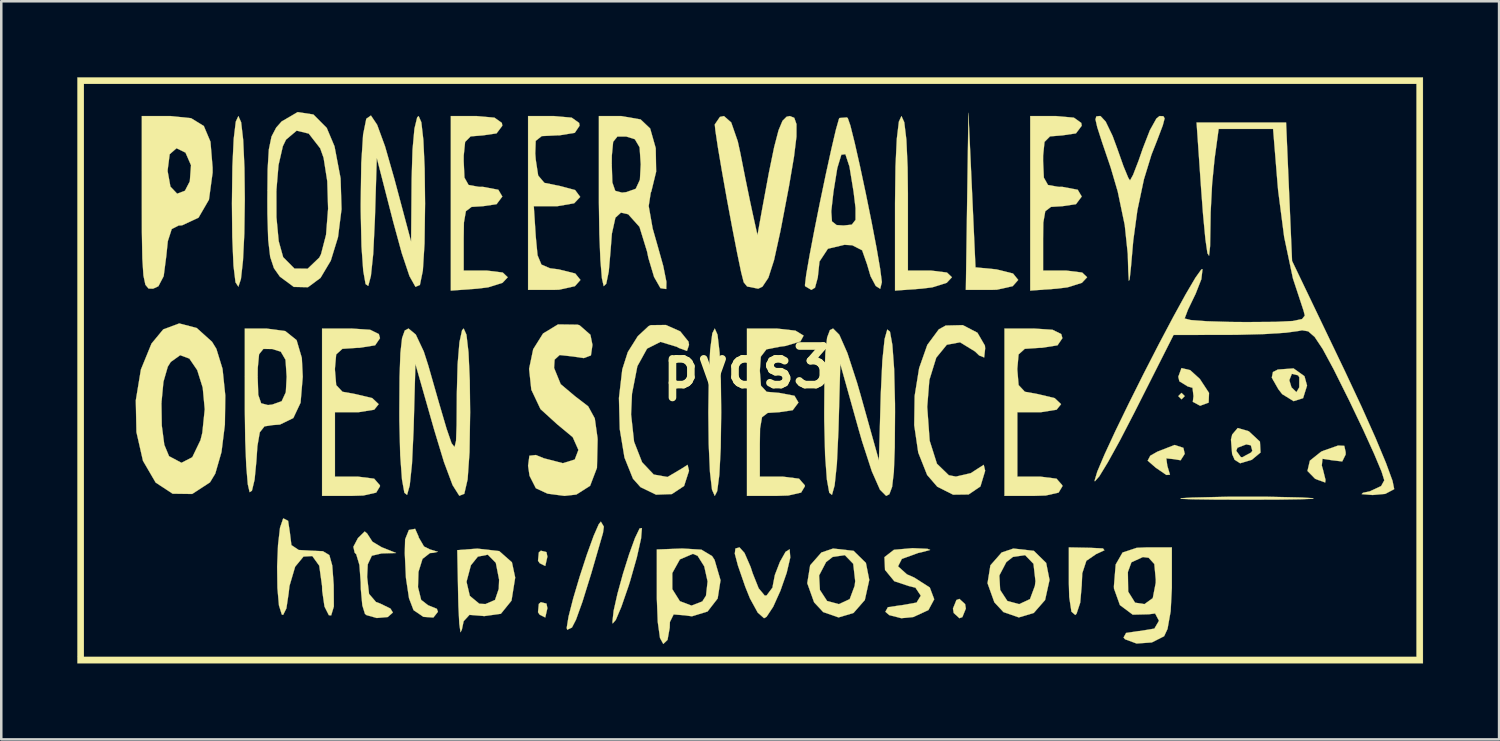
<source format=kicad_pcb>
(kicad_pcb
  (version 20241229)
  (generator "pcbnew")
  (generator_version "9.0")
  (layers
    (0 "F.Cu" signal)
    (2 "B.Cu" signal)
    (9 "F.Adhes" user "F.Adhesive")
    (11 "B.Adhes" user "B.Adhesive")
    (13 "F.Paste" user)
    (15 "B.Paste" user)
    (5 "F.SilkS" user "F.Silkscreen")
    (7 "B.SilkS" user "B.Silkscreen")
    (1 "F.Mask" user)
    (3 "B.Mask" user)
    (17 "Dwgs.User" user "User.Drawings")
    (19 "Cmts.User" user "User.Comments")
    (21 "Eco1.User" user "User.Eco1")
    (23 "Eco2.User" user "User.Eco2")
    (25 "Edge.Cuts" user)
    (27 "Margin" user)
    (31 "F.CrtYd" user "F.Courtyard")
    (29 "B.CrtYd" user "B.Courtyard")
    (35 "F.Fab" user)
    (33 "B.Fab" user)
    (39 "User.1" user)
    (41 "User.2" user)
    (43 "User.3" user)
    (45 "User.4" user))
  (footprint "pvos3"
    (layer "F.Cu")
    (at 26.421 11.435)
    (property "Reference" "pvos3" (at 0 0 0) (layer "F.SilkS") (effects (font (size 1.524 1.524) (thickness 0.3))))
    (attr through_hole)
    (fp_poly (pts (xy 17.272 1.143) (xy 17.145 1.27) (xy 17.018 1.143) (xy 17.145 1.016) (xy 17.272 1.143)) (stroke (width 0.01) (type solid)) (fill yes) (layer "F.SilkS"))
    (fp_poly (pts (xy -7.911 7.297) (xy -7.874 7.478) (xy -7.958 7.845) (xy -8.178 7.735) (xy -8.244 7.638) (xy -8.212 7.311) (xy -8.132 7.242) (xy -7.911 7.297)) (stroke (width 0.01) (type solid)) (fill yes) (layer "F.SilkS"))
    (fp_poly (pts (xy -7.911 9.329) (xy -7.874 9.51) (xy -7.958 9.877) (xy -8.178 9.767) (xy -8.244 9.67) (xy -8.212 9.343) (xy -8.132 9.274) (xy -7.911 9.329)) (stroke (width 0.01) (type solid)) (fill yes) (layer "F.SilkS"))
    (fp_poly (pts (xy 8.607 9.35) (xy 8.636 9.525) (xy 8.499 9.863) (xy 8.382 9.906) (xy 8.157 9.7) (xy 8.128 9.525) (xy 8.265 9.187) (xy 8.382 9.144) (xy 8.607 9.35)) (stroke (width 0.01) (type solid)) (fill yes) (layer "F.SilkS"))
    (fp_poly (pts (xy 8.878 -6.985) (xy 9.017 -3.937) (xy 9.842 -3.857) (xy 10.497 -3.694) (xy 10.703 -3.44) (xy 10.484 -3.194) (xy 9.863 -3.055) (xy 9.652 -3.048) (xy 8.636 -3.048) (xy 8.687 -6.54) (xy 8.738 -10.033) (xy 8.878 -6.985)) (stroke (width 0.01) (type solid)) (fill yes) (layer "F.SilkS"))
    (fp_poly (pts (xy 26.67 11.684) (xy -26.416 11.684) (xy -26.416 -11.176) (xy -26.162 -11.176) (xy -26.162 11.43) (xy 26.416 11.43) (xy 26.416 -11.176) (xy -26.162 -11.176) (xy -26.416 -11.176) (xy -26.416 -11.43) (xy 26.67 -11.43) (xy 26.67 11.684)) (stroke (width 0.01) (type solid)) (fill yes) (layer "F.SilkS"))
    (fp_poly (pts (xy 17.489 0.12) (xy 17.868 0.465) (xy 18.231 1.018) (xy 18.216 1.399) (xy 17.88 1.524) (xy 17.591 1.368) (xy 17.618 1.143) (xy 17.579 0.815) (xy 17.391 0.762) (xy 17.061 0.559) (xy 17.018 0.381) (xy 17.144 0.037) (xy 17.489 0.12)) (stroke (width 0.01) (type solid)) (fill yes) (layer "F.SilkS"))
    (fp_poly (pts (xy 17.219 3.184) (xy 17.272 3.421) (xy 17.111 3.675) (xy 16.847 3.631) (xy 16.545 3.599) (xy 16.585 3.893) (xy 16.69 4.245) (xy 16.549 4.255) (xy 16.132 3.97) (xy 15.81 3.691) (xy 15.912 3.496) (xy 16.194 3.335) (xy 16.872 3.071) (xy 17.219 3.184)) (stroke (width 0.01) (type solid)) (fill yes) (layer "F.SilkS"))
    (fp_poly (pts (xy 13.525 7.128) (xy 14.047 7.153) (xy 14.103 7.226) (xy 13.78 7.374) (xy 13.391 7.641) (xy 13.229 8.134) (xy 13.208 8.613) (xy 13.149 9.292) (xy 13.004 9.729) (xy 12.954 9.779) (xy 12.802 9.648) (xy 12.715 9.071) (xy 12.7 8.524) (xy 12.7 7.112) (xy 13.525 7.128)) (stroke (width 0.01) (type solid)) (fill yes) (layer "F.SilkS"))
    (fp_poly (pts (xy -5.646 6.294) (xy -5.68 6.54) (xy -6.14 8.128) (xy -6.491 9.257) (xy -6.745 9.964) (xy -6.905 10.274) (xy -7.092 10.362) (xy -7.112 10.289) (xy -7.04 9.845) (xy -6.855 9.124) (xy -6.599 8.262) (xy -6.316 7.396) (xy -6.05 6.661) (xy -5.845 6.193) (xy -5.764 6.096) (xy -5.646 6.294)) (stroke (width 0.01) (type solid)) (fill yes) (layer "F.SilkS"))
    (fp_poly (pts (xy -4.178 6.762) (xy -4.345 7.508) (xy -4.61 8.44) (xy -4.672 8.636) (xy -4.955 9.454) (xy -5.175 9.973) (xy -5.296 10.114) (xy -5.309 10.06) (xy -5.26 9.613) (xy -5.108 8.937) (xy -4.892 8.152) (xy -4.649 7.381) (xy -4.418 6.744) (xy -4.236 6.364) (xy -4.144 6.35) (xy -4.178 6.762)) (stroke (width 0.01) (type solid)) (fill yes) (layer "F.SilkS"))
    (fp_poly (pts (xy -19.957 -9.661) (xy -19.876 -8.961) (xy -19.826 -7.86) (xy -19.812 -6.619) (xy -19.831 -5.28) (xy -19.884 -4.205) (xy -19.965 -3.476) (xy -20.066 -3.175) (xy -20.179 -3.346) (xy -20.259 -4.005) (xy -20.307 -5.133) (xy -20.32 -6.462) (xy -20.302 -7.914) (xy -20.25 -9.006) (xy -20.168 -9.686) (xy -20.066 -9.906) (xy -19.957 -9.661)) (stroke (width 0.01) (type solid)) (fill yes) (layer "F.SilkS"))
    (fp_poly (pts (xy -1.161 -1.279) (xy -1.08 -0.579) (xy -1.03 0.524) (xy -1.016 1.778) (xy -1.035 3.19) (xy -1.089 4.245) (xy -1.174 4.892) (xy -1.27 5.08) (xy -1.379 4.835) (xy -1.46 4.135) (xy -1.51 3.032) (xy -1.524 1.778) (xy -1.505 0.366) (xy -1.451 -0.689) (xy -1.366 -1.336) (xy -1.27 -1.524) (xy -1.161 -1.279)) (stroke (width 0.01) (type solid)) (fill yes) (layer "F.SilkS"))
    (fp_poly (pts (xy 21.839 5.142) (xy 21.92 5.145) (xy 22.354 5.172) (xy 22.316 5.195) (xy 21.844 5.213) (xy 20.974 5.226) (xy 19.743 5.23) (xy 19.685 5.23) (xy 18.451 5.226) (xy 17.587 5.214) (xy 17.129 5.196) (xy 17.108 5.173) (xy 17.56 5.146) (xy 17.602 5.145) (xy 18.977 5.114) (xy 20.494 5.113) (xy 21.839 5.142)) (stroke (width 0.01) (type solid)) (fill yes) (layer "F.SilkS"))
    (fp_poly (pts (xy 6.207 -9.662) (xy 6.29 -8.969) (xy 6.339 -7.884) (xy 6.35 -6.858) (xy 6.35 -3.81) (xy 7.26 -3.81) (xy 7.892 -3.732) (xy 8.087 -3.546) (xy 7.881 -3.326) (xy 7.313 -3.148) (xy 6.902 -3.097) (xy 5.842 -3.019) (xy 5.842 -6.462) (xy 5.86 -7.915) (xy 5.912 -9.006) (xy 5.994 -9.686) (xy 6.096 -9.906) (xy 6.207 -9.662)) (stroke (width 0.01) (type solid)) (fill yes) (layer "F.SilkS"))
    (fp_poly (pts (xy 23.567 3.105) (xy 23.621 3.352) (xy 23.622 3.446) (xy 23.486 3.721) (xy 23.089 3.675) (xy 22.707 3.616) (xy 22.68 3.883) (xy 22.725 4.039) (xy 22.827 4.449) (xy 22.814 4.552) (xy 22.539 4.453) (xy 22.416 4.404) (xy 22.114 4.096) (xy 22.21 3.69) (xy 22.657 3.334) (xy 22.75 3.296) (xy 23.323 3.094) (xy 23.567 3.105)) (stroke (width 0.01) (type solid)) (fill yes) (layer "F.SilkS"))
    (fp_poly (pts (xy 21.996 0.357) (xy 22.098 0.727) (xy 21.942 1.224) (xy 21.569 1.343) (xy 21.118 1.066) (xy 20.965 0.869) (xy 20.764 0.515) (xy 21.398 0.515) (xy 21.484 0.796) (xy 21.679 0.988) (xy 21.79 0.797) (xy 21.792 0.401) (xy 21.743 0.323) (xy 21.499 0.264) (xy 21.398 0.515) (xy 20.764 0.515) (xy 20.707 0.413) (xy 20.753 0.193) (xy 20.946 0.095) (xy 21.565 0.05) (xy 21.996 0.357)) (stroke (width 0.01) (type solid)) (fill yes) (layer "F.SilkS"))
    (fp_poly (pts (xy 19.78 2.523) (xy 19.808 2.538) (xy 20.24 2.94) (xy 20.263 3.369) (xy 19.918 3.656) (xy 19.459 3.793) (xy 19.242 3.657) (xy 19.142 3.429) (xy 19.132 3.302) (xy 19.304 3.302) (xy 19.486 3.549) (xy 19.543 3.556) (xy 19.887 3.371) (xy 19.939 3.302) (xy 19.881 3.085) (xy 19.7 3.048) (xy 19.352 3.181) (xy 19.304 3.302) (xy 19.132 3.302) (xy 19.096 2.858) (xy 19.146 2.656) (xy 19.363 2.402) (xy 19.78 2.523)) (stroke (width 0.01) (type solid)) (fill yes) (layer "F.SilkS"))
    (fp_poly (pts (xy -12.954 6.69) (xy -12.954 6.712) (xy -12.743 7.075) (xy -12.509 7.191) (xy -12.196 7.287) (xy -12.377 7.327) (xy -12.509 7.337) (xy -12.801 7.565) (xy -12.96 8.077) (xy -12.979 8.68) (xy -12.854 9.184) (xy -12.577 9.398) (xy -12.573 9.398) (xy -12.235 9.535) (xy -12.192 9.652) (xy -12.372 9.879) (xy -12.765 9.853) (xy -13.153 9.589) (xy -13.154 9.588) (xy -13.333 9.121) (xy -13.455 8.314) (xy -13.501 7.338) (xy -13.487 6.795) (xy -13.339 6.425) (xy -13.092 6.379) (xy -12.954 6.69)) (stroke (width 0.01) (type solid)) (fill yes) (layer "F.SilkS"))
    (fp_poly (pts (xy -14.986 6.564) (xy -14.777 6.887) (xy -14.415 7.104) (xy -13.843 7.334) (xy -14.415 7.35) (xy -14.801 7.441) (xy -14.961 7.781) (xy -14.986 8.279) (xy -14.91 8.947) (xy -14.636 9.267) (xy -14.478 9.324) (xy -14.066 9.525) (xy -13.97 9.682) (xy -14.173 9.86) (xy -14.606 9.898) (xy -15.011 9.784) (xy -15.071 9.737) (xy -15.176 9.398) (xy -15.235 8.752) (xy -15.24 8.488) (xy -15.29 7.806) (xy -15.417 7.38) (xy -15.476 7.324) (xy -15.529 7.089) (xy -15.349 6.746) (xy -15.081 6.484) (xy -14.986 6.564)) (stroke (width 0.01) (type solid)) (fill yes) (layer "F.SilkS"))
    (fp_poly (pts (xy -0.097 7.331) (xy 0.143 7.881) (xy 0.226 8.135) (xy 0.463 8.728) (xy 0.699 9.012) (xy 0.774 9.009) (xy 1.009 8.696) (xy 1.016 8.638) (xy 1.101 8.199) (xy 1.299 7.686) (xy 1.523 7.287) (xy 1.684 7.187) (xy 1.709 7.512) (xy 1.568 8.113) (xy 1.322 8.817) (xy 1.036 9.453) (xy 0.774 9.85) (xy 0.674 9.906) (xy 0.426 9.687) (xy 0.118 9.125) (xy -0.067 8.665) (xy -0.356 7.828) (xy -0.48 7.36) (xy -0.455 7.157) (xy -0.297 7.112) (xy -0.294 7.112) (xy -0.097 7.331)) (stroke (width 0.01) (type solid)) (fill yes) (layer "F.SilkS"))
    (fp_poly (pts (xy 4.207 7.248) (xy 4.693 7.725) (xy 4.826 8.395) (xy 4.65 9.189) (xy 4.204 9.699) (xy 3.615 9.875) (xy 3.007 9.664) (xy 2.649 9.279) (xy 2.379 8.524) (xy 2.429 8.219) (xy 2.846 8.219) (xy 2.878 8.791) (xy 3.162 9.226) (xy 3.628 9.351) (xy 4.054 9.153) (xy 4.248 8.631) (xy 4.271 8.444) (xy 4.192 7.758) (xy 3.863 7.418) (xy 3.382 7.488) (xy 3.122 7.691) (xy 2.846 8.219) (xy 2.429 8.219) (xy 2.493 7.819) (xy 2.938 7.313) (xy 3.4 7.157) (xy 4.207 7.248)) (stroke (width 0.01) (type solid)) (fill yes) (layer "F.SilkS"))
    (fp_poly (pts (xy 11.319 7.248) (xy 11.805 7.725) (xy 11.938 8.395) (xy 11.762 9.189) (xy 11.316 9.699) (xy 10.727 9.875) (xy 10.119 9.664) (xy 9.761 9.279) (xy 9.491 8.524) (xy 9.541 8.219) (xy 9.958 8.219) (xy 9.99 8.791) (xy 10.274 9.226) (xy 10.74 9.351) (xy 11.166 9.153) (xy 11.36 8.631) (xy 11.383 8.444) (xy 11.304 7.758) (xy 10.975 7.418) (xy 10.494 7.488) (xy 10.234 7.691) (xy 9.958 8.219) (xy 9.541 8.219) (xy 9.605 7.819) (xy 10.05 7.313) (xy 10.512 7.157) (xy 11.319 7.248)) (stroke (width 0.01) (type solid)) (fill yes) (layer "F.SilkS"))
    (fp_poly (pts (xy 7.119 7.168) (xy 7.23 7.212) (xy 6.896 7.301) (xy 6.752 7.333) (xy 6.11 7.567) (xy 5.961 7.86) (xy 6.311 8.175) (xy 6.602 8.303) (xy 7.214 8.695) (xy 7.388 9.159) (xy 7.16 9.585) (xy 6.565 9.859) (xy 6.09 9.906) (xy 5.613 9.784) (xy 5.461 9.652) (xy 5.56 9.472) (xy 6.054 9.398) (xy 6.081 9.398) (xy 6.692 9.289) (xy 6.858 9.017) (xy 6.648 8.702) (xy 6.381 8.636) (xy 5.814 8.447) (xy 5.447 8.001) (xy 5.425 7.496) (xy 5.799 7.207) (xy 6.533 7.142) (xy 7.119 7.168)) (stroke (width 0.01) (type solid)) (fill yes) (layer "F.SilkS"))
    (fp_poly (pts (xy -14.868 -1.474) (xy -14.524 -1.305) (xy -14.478 -1.143) (xy -14.671 -0.861) (xy -15.286 -0.763) (xy -15.367 -0.762) (xy -15.963 -0.722) (xy -16.207 -0.501) (xy -16.256 0.053) (xy -16.256 0.111) (xy -16.206 0.708) (xy -15.96 0.971) (xy -15.45 1.063) (xy -14.784 1.222) (xy -14.531 1.461) (xy -14.706 1.679) (xy -15.323 1.778) (xy -15.346 1.778) (xy -16.256 1.778) (xy -16.256 4.318) (xy -15.367 4.318) (xy -14.709 4.401) (xy -14.48 4.664) (xy -14.478 4.699) (xy -14.628 4.95) (xy -15.136 5.065) (xy -15.621 5.08) (xy -16.764 5.08) (xy -16.764 -1.524) (xy -15.621 -1.524) (xy -14.868 -1.474)) (stroke (width 0.01) (type solid)) (fill yes) (layer "F.SilkS"))
    (fp_poly (pts (xy -9.774 7.258) (xy -9.273 7.7) (xy -9.144 8.303) (xy -9.29 9.213) (xy -9.709 9.731) (xy -10.373 9.824) (xy -10.421 9.816) (xy -10.948 9.774) (xy -11.178 10.024) (xy -11.249 10.36) (xy -11.302 10.461) (xy -11.35 10.124) (xy -11.385 9.421) (xy -11.392 9.135) (xy -11.405 8.468) (xy -11.065 8.468) (xy -10.934 9.026) (xy -10.56 9.335) (xy -10.317 9.348) (xy -9.941 9.186) (xy -9.793 8.75) (xy -9.779 8.385) (xy -9.909 7.72) (xy -10.225 7.399) (xy -10.618 7.477) (xy -10.892 7.818) (xy -11.065 8.468) (xy -11.405 8.468) (xy -11.43 7.22) (xy -10.638 7.16) (xy -9.774 7.258)) (stroke (width 0.01) (type solid)) (fill yes) (layer "F.SilkS"))
    (fp_poly (pts (xy 1.914 -1.44) (xy 2.235 -1.243) (xy 2.11 -1.014) (xy 1.52 -0.835) (xy 1.314 -0.809) (xy 0.767 -0.701) (xy 0.547 -0.413) (xy 0.508 0.143) (xy 0.553 0.733) (xy 0.776 0.973) (xy 1.27 1.016) (xy 1.875 1.13) (xy 2.032 1.397) (xy 1.805 1.699) (xy 1.27 1.778) (xy 0.819 1.806) (xy 0.594 1.976) (xy 0.517 2.421) (xy 0.508 3.048) (xy 0.508 4.318) (xy 1.397 4.318) (xy 2.055 4.401) (xy 2.284 4.664) (xy 2.286 4.699) (xy 2.136 4.95) (xy 1.628 5.065) (xy 1.143 5.08) (xy 0 5.08) (xy 0 -1.524) (xy 1.164 -1.524) (xy 1.914 -1.44)) (stroke (width 0.01) (type solid)) (fill yes) (layer "F.SilkS"))
    (fp_poly (pts (xy 12.056 -1.474) (xy 12.4 -1.305) (xy 12.446 -1.143) (xy 12.253 -0.861) (xy 11.638 -0.763) (xy 11.557 -0.762) (xy 10.961 -0.722) (xy 10.717 -0.501) (xy 10.668 0.053) (xy 10.668 0.111) (xy 10.718 0.708) (xy 10.964 0.971) (xy 11.474 1.063) (xy 12.14 1.222) (xy 12.393 1.461) (xy 12.218 1.679) (xy 11.601 1.778) (xy 11.578 1.778) (xy 10.668 1.778) (xy 10.668 4.318) (xy 11.557 4.318) (xy 12.215 4.401) (xy 12.444 4.664) (xy 12.446 4.699) (xy 12.296 4.95) (xy 11.788 5.065) (xy 11.303 5.08) (xy 10.16 5.08) (xy 10.16 -1.524) (xy 11.303 -1.524) (xy 12.056 -1.474)) (stroke (width 0.01) (type solid)) (fill yes) (layer "F.SilkS"))
    (fp_poly (pts (xy -18.104 6.064) (xy -18.034 6.528) (xy -17.973 7.022) (xy -17.687 7.214) (xy -17.209 7.241) (xy -16.73 7.263) (xy -16.477 7.416) (xy -16.362 7.827) (xy -16.305 8.596) (xy -16.299 9.443) (xy -16.405 9.795) (xy -16.496 9.788) (xy -16.668 9.448) (xy -16.76 8.814) (xy -16.764 8.636) (xy -16.875 7.834) (xy -17.149 7.454) (xy -17.496 7.474) (xy -17.826 7.874) (xy -18.05 8.635) (xy -18.084 8.934) (xy -18.172 9.52) (xy -18.301 9.776) (xy -18.352 9.76) (xy -18.465 9.401) (xy -18.526 8.715) (xy -18.537 7.867) (xy -18.502 7.02) (xy -18.423 6.336) (xy -18.302 5.98) (xy -18.288 5.969) (xy -18.104 6.064)) (stroke (width 0.01) (type solid)) (fill yes) (layer "F.SilkS"))
    (fp_poly (pts (xy -9.962 -9.843) (xy -9.67 -9.635) (xy -9.652 -9.525) (xy -9.879 -9.223) (xy -10.414 -9.144) (xy -10.903 -9.104) (xy -11.12 -8.886) (xy -11.175 -8.346) (xy -11.176 -8.128) (xy -11.146 -7.477) (xy -10.983 -7.187) (xy -10.578 -7.114) (xy -10.414 -7.112) (xy -9.809 -6.998) (xy -9.652 -6.731) (xy -9.879 -6.429) (xy -10.414 -6.35) (xy -10.865 -6.322) (xy -11.09 -6.152) (xy -11.167 -5.707) (xy -11.176 -5.08) (xy -11.176 -3.81) (xy -10.266 -3.81) (xy -9.634 -3.732) (xy -9.439 -3.546) (xy -9.645 -3.326) (xy -10.213 -3.148) (xy -10.624 -3.097) (xy -11.684 -3.019) (xy -11.684 -9.906) (xy -10.668 -9.906) (xy -9.962 -9.843)) (stroke (width 0.01) (type solid)) (fill yes) (layer "F.SilkS"))
    (fp_poly (pts (xy 12.898 -9.843) (xy 13.19 -9.635) (xy 13.208 -9.525) (xy 12.981 -9.223) (xy 12.446 -9.144) (xy 11.957 -9.104) (xy 11.74 -8.886) (xy 11.685 -8.346) (xy 11.684 -8.128) (xy 11.714 -7.477) (xy 11.877 -7.187) (xy 12.282 -7.114) (xy 12.446 -7.112) (xy 13.051 -6.998) (xy 13.208 -6.731) (xy 12.981 -6.429) (xy 12.446 -6.35) (xy 11.995 -6.322) (xy 11.77 -6.152) (xy 11.693 -5.707) (xy 11.684 -5.08) (xy 11.684 -3.81) (xy 12.594 -3.81) (xy 13.226 -3.732) (xy 13.421 -3.546) (xy 13.215 -3.326) (xy 12.647 -3.148) (xy 12.236 -3.097) (xy 11.176 -3.019) (xy 11.176 -9.906) (xy 12.192 -9.906) (xy 12.898 -9.843)) (stroke (width 0.01) (type solid)) (fill yes) (layer "F.SilkS"))
    (fp_poly (pts (xy -2.632 -1.411) (xy -2.306 -1.006) (xy -2.286 -0.878) (xy -2.367 -0.639) (xy -2.691 -0.758) (xy -2.76 -0.8) (xy -3.412 -0.997) (xy -3.941 -0.73) (xy -4.324 -0.036) (xy -4.536 1.051) (xy -4.572 1.865) (xy -4.454 2.942) (xy -4.137 3.753) (xy -3.678 4.238) (xy -3.134 4.334) (xy -2.591 4.013) (xy -2.342 3.854) (xy -2.286 4.089) (xy -2.48 4.688) (xy -2.964 5.009) (xy -3.587 5.032) (xy -4.2 4.735) (xy -4.497 4.402) (xy -4.832 3.57) (xy -5.019 2.444) (xy -5.051 1.219) (xy -4.919 0.088) (xy -4.701 -0.594) (xy -4.308 -1.22) (xy -3.881 -1.618) (xy -3.795 -1.656) (xy -3.198 -1.663) (xy -2.632 -1.411)) (stroke (width 0.01) (type solid)) (fill yes) (layer "F.SilkS"))
    (fp_poly (pts (xy 9.094 -1.357) (xy 9.389 -0.848) (xy 9.398 -0.735) (xy 9.359 -0.381) (xy 9.16 -0.462) (xy 8.999 -0.617) (xy 8.409 -0.98) (xy 7.885 -0.883) (xy 7.468 -0.372) (xy 7.197 0.506) (xy 7.112 1.569) (xy 7.209 2.905) (xy 7.496 3.811) (xy 7.964 4.265) (xy 8.245 4.318) (xy 8.831 4.183) (xy 9.093 4.013) (xy 9.342 3.854) (xy 9.398 4.089) (xy 9.212 4.707) (xy 8.745 5.024) (xy 8.133 5.032) (xy 7.51 4.719) (xy 7.109 4.255) (xy 6.758 3.371) (xy 6.599 2.29) (xy 6.616 1.137) (xy 6.793 0.039) (xy 7.116 -0.878) (xy 7.568 -1.489) (xy 7.841 -1.641) (xy 8.517 -1.657) (xy 9.094 -1.357)) (stroke (width 0.01) (type solid)) (fill yes) (layer "F.SilkS"))
    (fp_poly (pts (xy -6.914 -9.843) (xy -6.622 -9.635) (xy -6.604 -9.525) (xy -6.793 -9.245) (xy -7.401 -9.145) (xy -7.508 -9.144) (xy -8.097 -9.115) (xy -8.335 -8.927) (xy -8.352 -8.43) (xy -8.334 -8.191) (xy -8.237 -7.559) (xy -7.992 -7.27) (xy -7.455 -7.162) (xy -7.429 -7.159) (xy -6.78 -6.987) (xy -6.579 -6.716) (xy -6.817 -6.465) (xy -7.48 -6.35) (xy -7.507 -6.35) (xy -8.41 -6.35) (xy -8.332 -5.144) (xy -8.262 -4.413) (xy -8.109 -4.046) (xy -7.771 -3.9) (xy -7.429 -3.857) (xy -6.775 -3.694) (xy -6.569 -3.44) (xy -6.788 -3.194) (xy -7.409 -3.055) (xy -7.62 -3.048) (xy -8.636 -3.048) (xy -8.636 -9.906) (xy -7.62 -9.906) (xy -6.914 -9.843)) (stroke (width 0.01) (type solid)) (fill yes) (layer "F.SilkS"))
    (fp_poly (pts (xy -1.797 7.202) (xy -1.377 7.454) (xy -1.278 7.605) (xy -1.043 8.408) (xy -1.156 9.127) (xy -1.554 9.641) (xy -2.171 9.831) (xy -2.45 9.793) (xy -2.893 9.757) (xy -3.04 10.054) (xy -3.048 10.282) (xy -3.134 10.762) (xy -3.302 10.922) (xy -3.431 10.686) (xy -3.52 10.049) (xy -3.556 9.119) (xy -3.556 9.059) (xy -3.556 8.125) (xy -2.946 8.125) (xy -2.945 8.76) (xy -2.647 9.234) (xy -2.188 9.408) (xy -1.761 9.244) (xy -1.616 9.016) (xy -1.553 8.455) (xy -1.685 7.861) (xy -1.947 7.444) (xy -2.133 7.366) (xy -2.646 7.585) (xy -2.946 8.125) (xy -3.556 8.125) (xy -3.556 7.195) (xy -2.548 7.156) (xy -1.797 7.202)) (stroke (width 0.01) (type solid)) (fill yes) (layer "F.SilkS"))
    (fp_poly (pts (xy -14.591 -9.562) (xy -14.278 -8.707) (xy -13.912 -7.429) (xy -13.251 -4.953) (xy -13.23 -7.429) (xy -13.195 -8.575) (xy -13.119 -9.411) (xy -13.011 -9.855) (xy -12.954 -9.906) (xy -12.847 -9.661) (xy -12.767 -8.957) (xy -12.716 -7.845) (xy -12.7 -6.456) (xy -12.721 -4.882) (xy -12.787 -3.812) (xy -12.904 -3.242) (xy -13.078 -3.168) (xy -13.314 -3.588) (xy -13.619 -4.497) (xy -13.956 -5.731) (xy -14.605 -8.255) (xy -14.679 -5.844) (xy -14.745 -4.475) (xy -14.837 -3.599) (xy -14.942 -3.204) (xy -15.047 -3.277) (xy -15.14 -3.803) (xy -15.209 -4.772) (xy -15.239 -6.169) (xy -15.24 -6.426) (xy -15.217 -8.052) (xy -15.145 -9.175) (xy -15.019 -9.799) (xy -14.836 -9.927) (xy -14.591 -9.562)) (stroke (width 0.01) (type solid)) (fill yes) (layer "F.SilkS"))
    (fp_poly (pts (xy -21.932 -9.822) (xy -21.429 -9.513) (xy -21.167 -8.893) (xy -21.083 -7.874) (xy -21.082 -7.676) (xy -21.227 -6.606) (xy -21.639 -5.896) (xy -22.288 -5.595) (xy -22.422 -5.588) (xy -22.695 -5.449) (xy -22.85 -4.969) (xy -22.91 -4.384) (xy -23.013 -3.59) (xy -23.221 -3.192) (xy -23.431 -3.095) (xy -23.61 -3.101) (xy -23.734 -3.249) (xy -23.812 -3.616) (xy -23.855 -4.277) (xy -23.873 -5.308) (xy -23.876 -6.458) (xy -23.876 -7.747) (xy -22.86 -7.747) (xy -22.747 -7.123) (xy -22.482 -6.843) (xy -22.174 -6.959) (xy -21.982 -7.33) (xy -21.935 -7.966) (xy -22.152 -8.463) (xy -22.506 -8.636) (xy -22.776 -8.4) (xy -22.86 -7.747) (xy -23.876 -7.747) (xy -23.876 -9.906) (xy -22.742 -9.906) (xy -21.932 -9.822)) (stroke (width 0.01) (type solid)) (fill yes) (layer "F.SilkS"))
    (fp_poly (pts (xy 13.95 -9.906) (xy 14.154 -9.686) (xy 14.426 -9.121) (xy 14.605 -8.636) (xy 14.856 -7.926) (xy 15.047 -7.465) (xy 15.113 -7.366) (xy 15.234 -7.585) (xy 15.451 -8.146) (xy 15.621 -8.636) (xy 15.898 -9.348) (xy 16.155 -9.809) (xy 16.276 -9.906) (xy 16.428 -9.901) (xy 16.479 -9.815) (xy 16.407 -9.54) (xy 16.191 -8.968) (xy 15.96 -8.382) (xy 15.662 -7.41) (xy 15.404 -6.189) (xy 15.24 -4.981) (xy 15.238 -4.953) (xy 15.152 -3.964) (xy 15.098 -3.457) (xy 15.066 -3.407) (xy 15.044 -3.789) (xy 15.025 -4.464) (xy 14.905 -5.606) (xy 14.629 -6.927) (xy 14.351 -7.874) (xy 14.015 -8.863) (xy 13.821 -9.465) (xy 13.75 -9.776) (xy 13.783 -9.891) (xy 13.901 -9.907) (xy 13.95 -9.906)) (stroke (width 0.01) (type solid)) (fill yes) (layer "F.SilkS"))
    (fp_poly (pts (xy 1.866 -9.837) (xy 1.954 -9.587) (xy 1.953 -9.096) (xy 1.856 -8.301) (xy 1.659 -7.142) (xy 1.357 -5.555) (xy 1.314 -5.337) (xy 1.068 -4.219) (xy 0.845 -3.526) (xy 0.612 -3.176) (xy 0.444 -3.095) (xy 0.006 -3.182) (xy -0.128 -3.347) (xy -0.228 -3.741) (xy -0.387 -4.506) (xy -0.583 -5.511) (xy -0.791 -6.627) (xy -0.986 -7.724) (xy -1.147 -8.673) (xy -1.247 -9.342) (xy -1.27 -9.574) (xy -1.067 -9.872) (xy -0.907 -9.906) (xy -0.621 -9.654) (xy -0.362 -8.906) (xy -0.261 -8.445) (xy -0.066 -7.458) (xy 0.126 -6.524) (xy 0.218 -6.096) (xy 0.414 -5.207) (xy 0.597 -6.223) (xy 0.865 -7.669) (xy 1.074 -8.685) (xy 1.246 -9.344) (xy 1.402 -9.718) (xy 1.565 -9.88) (xy 1.693 -9.906) (xy 1.866 -9.837)) (stroke (width 0.01) (type solid)) (fill yes) (layer "F.SilkS"))
    (fp_poly (pts (xy 3.644 -1.277) (xy 3.964 -0.552) (xy 4.348 0.628) (xy 4.478 1.079) (xy 5.207 3.683) (xy 5.279 1.079) (xy 5.342 -0.26) (xy 5.431 -1.109) (xy 5.536 -1.484) (xy 5.642 -1.401) (xy 5.737 -0.875) (xy 5.807 0.077) (xy 5.841 1.439) (xy 5.842 1.778) (xy 5.832 3.175) (xy 5.796 4.133) (xy 5.727 4.724) (xy 5.618 5.015) (xy 5.492 5.08) (xy 5.246 4.833) (xy 4.926 4.108) (xy 4.542 2.928) (xy 4.412 2.477) (xy 3.683 -0.127) (xy 3.611 2.477) (xy 3.548 3.816) (xy 3.459 4.665) (xy 3.354 5.04) (xy 3.248 4.957) (xy 3.153 4.431) (xy 3.083 3.479) (xy 3.049 2.117) (xy 3.048 1.778) (xy 3.058 0.381) (xy 3.094 -0.577) (xy 3.163 -1.168) (xy 3.272 -1.459) (xy 3.398 -1.524) (xy 3.644 -1.277)) (stroke (width 0.01) (type solid)) (fill yes) (layer "F.SilkS"))
    (fp_poly (pts (xy 16.764 8.712) (xy 16.717 9.632) (xy 16.593 10.33) (xy 16.459 10.617) (xy 15.974 10.862) (xy 15.374 10.905) (xy 14.917 10.737) (xy 14.859 10.668) (xy 14.958 10.488) (xy 15.452 10.414) (xy 15.479 10.414) (xy 16.074 10.316) (xy 16.256 10.006) (xy 16.104 9.719) (xy 15.857 9.751) (xy 15.221 9.766) (xy 14.715 9.389) (xy 14.481 8.736) (xy 14.478 8.648) (xy 14.524 8.083) (xy 15.029 8.083) (xy 15.041 8.857) (xy 15.313 9.293) (xy 15.684 9.35) (xy 16.011 9.114) (xy 16.127 8.514) (xy 16.129 8.379) (xy 16.072 7.767) (xy 15.848 7.521) (xy 15.621 7.493) (xy 15.169 7.7) (xy 15.029 8.083) (xy 14.524 8.083) (xy 14.549 7.785) (xy 14.82 7.314) (xy 15.379 7.129) (xy 15.775 7.112) (xy 16.764 7.112) (xy 16.764 8.712)) (stroke (width 0.01) (type solid)) (fill yes) (layer "F.SilkS"))
    (fp_poly (pts (xy -21.71 -1.544) (xy -21.106 -1.001) (xy -20.934 -0.722) (xy -20.691 0.068) (xy -20.582 1.119) (xy -20.598 2.267) (xy -20.732 3.349) (xy -20.977 4.2) (xy -21.186 4.546) (xy -21.889 5.004) (xy -22.66 4.994) (xy -23.33 4.554) (xy -23.83 3.696) (xy -24.088 2.564) (xy -24.111 1.41) (xy -23.101 1.41) (xy -23.088 2.302) (xy -22.988 3.065) (xy -22.802 3.512) (xy -22.802 3.513) (xy -22.311 3.774) (xy -21.885 3.555) (xy -21.561 2.882) (xy -21.489 2.592) (xy -21.393 1.661) (xy -21.473 0.809) (xy -21.69 0.117) (xy -22 -0.337) (xy -22.362 -0.471) (xy -22.733 -0.205) (xy -22.851 -0.017) (xy -23.022 0.575) (xy -23.101 1.41) (xy -24.111 1.41) (xy -24.113 1.312) (xy -23.912 0.095) (xy -23.493 -0.93) (xy -23.03 -1.489) (xy -22.399 -1.724) (xy -21.71 -1.544)) (stroke (width 0.01) (type solid)) (fill yes) (layer "F.SilkS"))
    (fp_poly (pts (xy -18.217 -1.424) (xy -17.769 -1.065) (xy -17.562 -0.362) (xy -17.526 0.381) (xy -17.612 1.403) (xy -17.898 2.009) (xy -18.426 2.266) (xy -18.707 2.286) (xy -19.037 2.337) (xy -19.221 2.572) (xy -19.315 3.111) (xy -19.355 3.706) (xy -19.426 4.438) (xy -19.531 4.875) (xy -19.622 4.934) (xy -19.695 4.619) (xy -19.755 3.901) (xy -19.796 2.885) (xy -19.812 1.676) (xy -19.812 1.609) (xy -19.812 0.381) (xy -19.304 0.381) (xy -19.281 1.096) (xy -19.167 1.426) (xy -18.9 1.496) (xy -18.733 1.478) (xy -18.358 1.345) (xy -18.194 0.989) (xy -18.161 0.381) (xy -18.206 -0.291) (xy -18.393 -0.61) (xy -18.733 -0.716) (xy -19.081 -0.717) (xy -19.249 -0.508) (xy -19.301 0.035) (xy -19.304 0.381) (xy -19.812 0.381) (xy -19.812 -1.524) (xy -18.974 -1.524) (xy -18.217 -1.424)) (stroke (width 0.01) (type solid)) (fill yes) (layer "F.SilkS"))
    (fp_poly (pts (xy -6.684 -1.675) (xy -6.604 -1.651) (xy -6.177 -1.278) (xy -6.096 -0.878) (xy -6.156 -0.462) (xy -6.438 -0.356) (xy -6.858 -0.419) (xy -7.39 -0.478) (xy -7.589 -0.295) (xy -7.61 0.032) (xy -7.349 0.672) (xy -6.785 1.147) (xy -6.264 1.547) (xy -6.004 2.023) (xy -5.897 2.784) (xy -5.892 2.852) (xy -5.918 3.973) (xy -6.188 4.682) (xy -6.73 5.027) (xy -7.197 5.08) (xy -7.867 4.992) (xy -8.327 4.779) (xy -8.331 4.775) (xy -8.578 4.288) (xy -8.636 3.892) (xy -8.584 3.496) (xy -8.328 3.467) (xy -8.017 3.595) (xy -7.264 3.79) (xy -6.794 3.645) (xy -6.65 3.267) (xy -6.874 2.764) (xy -7.485 2.257) (xy -8.146 1.656) (xy -8.508 0.891) (xy -8.596 0.068) (xy -8.434 -0.707) (xy -8.045 -1.327) (xy -7.454 -1.685) (xy -6.684 -1.675)) (stroke (width 0.01) (type solid)) (fill yes) (layer "F.SilkS"))
    (fp_poly (pts (xy -11.067 -1.279) (xy -10.986 -0.579) (xy -10.936 0.524) (xy -10.922 1.778) (xy -10.946 3.354) (xy -11.021 4.427) (xy -11.153 4.999) (xy -11.349 5.075) (xy -11.614 4.656) (xy -11.954 3.746) (xy -12.339 2.477) (xy -13.081 -0.127) (xy -13.153 2.477) (xy -13.216 3.816) (xy -13.305 4.665) (xy -13.41 5.04) (xy -13.516 4.957) (xy -13.611 4.431) (xy -13.681 3.479) (xy -13.715 2.117) (xy -13.716 1.778) (xy -13.707 0.392) (xy -13.673 -0.559) (xy -13.607 -1.147) (xy -13.501 -1.445) (xy -13.353 -1.524) (xy -13.066 -1.285) (xy -12.751 -0.617) (xy -12.573 -0.064) (xy -12.15 1.416) (xy -11.851 2.431) (xy -11.654 3.003) (xy -11.537 3.154) (xy -11.478 2.907) (xy -11.456 2.282) (xy -11.449 1.302) (xy -11.448 1.079) (xy -11.416 -0.11) (xy -11.344 -0.98) (xy -11.24 -1.457) (xy -11.176 -1.524) (xy -11.067 -1.279)) (stroke (width 0.01) (type solid)) (fill yes) (layer "F.SilkS"))
    (fp_poly (pts (xy -17.106 -9.967) (xy -16.58 -9.439) (xy -16.273 -8.712) (xy -16.033 -7.449) (xy -15.996 -6.232) (xy -16.135 -5.127) (xy -16.42 -4.201) (xy -16.825 -3.521) (xy -17.321 -3.153) (xy -17.88 -3.165) (xy -18.429 -3.571) (xy -18.663 -3.904) (xy -18.811 -4.351) (xy -18.89 -5.026) (xy -18.921 -6.045) (xy -18.923 -6.624) (xy -18.92 -6.975) (xy -18.566 -6.975) (xy -18.564 -5.912) (xy -18.475 -4.971) (xy -18.3 -4.341) (xy -18.298 -4.337) (xy -17.851 -3.887) (xy -17.33 -3.886) (xy -16.873 -4.323) (xy -16.805 -4.457) (xy -16.607 -5.222) (xy -16.526 -6.253) (xy -16.559 -7.337) (xy -16.704 -8.26) (xy -16.838 -8.634) (xy -17.289 -9.214) (xy -17.767 -9.33) (xy -18.185 -8.977) (xy -18.311 -8.718) (xy -18.482 -7.973) (xy -18.566 -6.975) (xy -18.92 -6.975) (xy -18.912 -7.801) (xy -18.864 -8.587) (xy -18.758 -9.099) (xy -18.573 -9.452) (xy -18.362 -9.691) (xy -17.726 -10.063) (xy -17.106 -9.967)) (stroke (width 0.01) (type solid)) (fill yes) (layer "F.SilkS"))
    (fp_poly (pts (xy -4.196 -9.773) (xy -3.819 -9.415) (xy -3.599 -8.64) (xy -3.583 -7.712) (xy -3.774 -6.928) (xy -3.796 -6.883) (xy -3.877 -6.356) (xy -3.721 -5.471) (xy -3.538 -4.83) (xy -3.304 -3.995) (xy -3.178 -3.364) (xy -3.184 -3.081) (xy -3.413 -3.116) (xy -3.665 -3.558) (xy -3.89 -4.311) (xy -3.94 -4.556) (xy -4.241 -5.535) (xy -4.686 -6.031) (xy -4.972 -6.096) (xy -5.19 -5.896) (xy -5.329 -5.268) (xy -5.385 -4.549) (xy -5.452 -3.776) (xy -5.552 -3.29) (xy -5.652 -3.194) (xy -5.723 -3.508) (xy -5.783 -4.227) (xy -5.824 -5.249) (xy -5.842 -6.471) (xy -5.842 -6.646) (xy -5.842 -8.001) (xy -5.334 -8.001) (xy -5.311 -7.286) (xy -5.197 -6.956) (xy -4.93 -6.886) (xy -4.763 -6.904) (xy -4.388 -7.037) (xy -4.224 -7.393) (xy -4.191 -8.001) (xy -4.236 -8.673) (xy -4.423 -8.992) (xy -4.763 -9.098) (xy -5.111 -9.099) (xy -5.279 -8.89) (xy -5.331 -8.347) (xy -5.334 -8.001) (xy -5.842 -8.001) (xy -5.842 -9.906) (xy -4.962 -9.906) (xy -4.196 -9.773)) (stroke (width 0.01) (type solid)) (fill yes) (layer "F.SilkS"))
    (fp_poly (pts (xy 3.979 -9.822) (xy 4.08 -9.533) (xy 4.248 -8.861) (xy 4.46 -7.925) (xy 4.691 -6.841) (xy 4.917 -5.726) (xy 5.114 -4.698) (xy 5.256 -3.874) (xy 5.321 -3.371) (xy 5.322 -3.351) (xy 5.257 -3.09) (xy 5.081 -3.203) (xy 4.876 -3.589) (xy 4.738 -4.059) (xy 4.544 -4.61) (xy 4.153 -4.809) (xy 3.844 -4.826) (xy 3.194 -4.671) (xy 2.862 -4.168) (xy 2.794 -3.535) (xy 2.684 -3.134) (xy 2.54 -3.048) (xy 2.294 -3.194) (xy 2.288 -3.239) (xy 2.338 -3.65) (xy 2.47 -4.409) (xy 2.659 -5.4) (xy 2.808 -6.145) (xy 3.326 -6.145) (xy 3.354 -5.75) (xy 3.537 -5.606) (xy 3.81 -5.588) (xy 4.138 -5.623) (xy 4.284 -5.811) (xy 4.284 -6.278) (xy 4.207 -6.917) (xy 4.044 -7.913) (xy 3.883 -8.401) (xy 3.724 -8.381) (xy 3.564 -7.853) (xy 3.413 -6.917) (xy 3.326 -6.145) (xy 2.808 -6.145) (xy 2.881 -6.507) (xy 3.113 -7.616) (xy 3.331 -8.609) (xy 3.51 -9.372) (xy 3.628 -9.788) (xy 3.649 -9.829) (xy 3.943 -9.852) (xy 3.979 -9.822)) (stroke (width 0.01) (type solid)) (fill yes) (layer "F.SilkS"))
    (fp_poly (pts (xy 21.389 -6.921) (xy 21.507 -4.191) (xy 23.602 0.18) (xy 24.247 1.557) (xy 24.795 2.783) (xy 25.213 3.784) (xy 25.47 4.485) (xy 25.536 4.81) (xy 25.533 4.816) (xy 25.183 5.001) (xy 24.687 5.045) (xy 24.253 5.011) (xy 24.305 4.958) (xy 24.575 4.901) (xy 25.021 4.692) (xy 25.146 4.465) (xy 25.039 4.123) (xy 24.747 3.426) (xy 24.314 2.473) (xy 23.784 1.364) (xy 23.743 1.28) (xy 23.149 0.088) (xy 22.718 -0.711) (xy 22.4 -1.189) (xy 22.144 -1.413) (xy 21.901 -1.454) (xy 21.774 -1.428) (xy 21.265 -1.358) (xy 20.407 -1.304) (xy 19.36 -1.276) (xy 19.02 -1.273) (xy 16.832 -1.27) (xy 15.274 1.813) (xy 14.713 2.896) (xy 14.241 3.751) (xy 13.9 4.31) (xy 13.728 4.505) (xy 13.716 4.477) (xy 13.821 4.124) (xy 14.109 3.444) (xy 14.537 2.52) (xy 15.064 1.435) (xy 15.646 0.27) (xy 16.243 -0.892) (xy 16.812 -1.967) (xy 17.31 -2.875) (xy 17.696 -3.531) (xy 17.928 -3.855) (xy 17.974 -3.864) (xy 17.928 -3.469) (xy 17.695 -2.877) (xy 17.668 -2.824) (xy 17.4 -2.267) (xy 17.273 -1.932) (xy 17.272 -1.918) (xy 17.508 -1.858) (xy 18.142 -1.811) (xy 19.064 -1.783) (xy 19.712 -1.778) (xy 20.837 -1.786) (xy 21.538 -1.82) (xy 21.901 -1.897) (xy 22.01 -2.034) (xy 21.962 -2.223) (xy 21.54 -3.503) (xy 21.195 -5.137) (xy 20.957 -6.972) (xy 20.933 -7.245) (xy 20.758 -9.398) (xy 18.611 -9.398) (xy 18.45 -8.22) (xy 18.353 -7.237) (xy 18.295 -6.109) (xy 18.288 -5.637) (xy 18.273 -4.771) (xy 18.232 -4.394) (xy 18.169 -4.491) (xy 18.088 -5.044) (xy 17.994 -6.037) (xy 17.918 -7.048) (xy 17.739 -9.652) (xy 21.271 -9.652) (xy 21.389 -6.921)) (stroke (width 0.01) (type solid)) (fill yes) (layer "F.SilkS")))
  (gr_rect
    (start -3 -3)
    (end 56.096 26.124)
    (stroke (width 0.1) (type default))
    (fill no)
    (layer "Edge.Cuts")))
</source>
